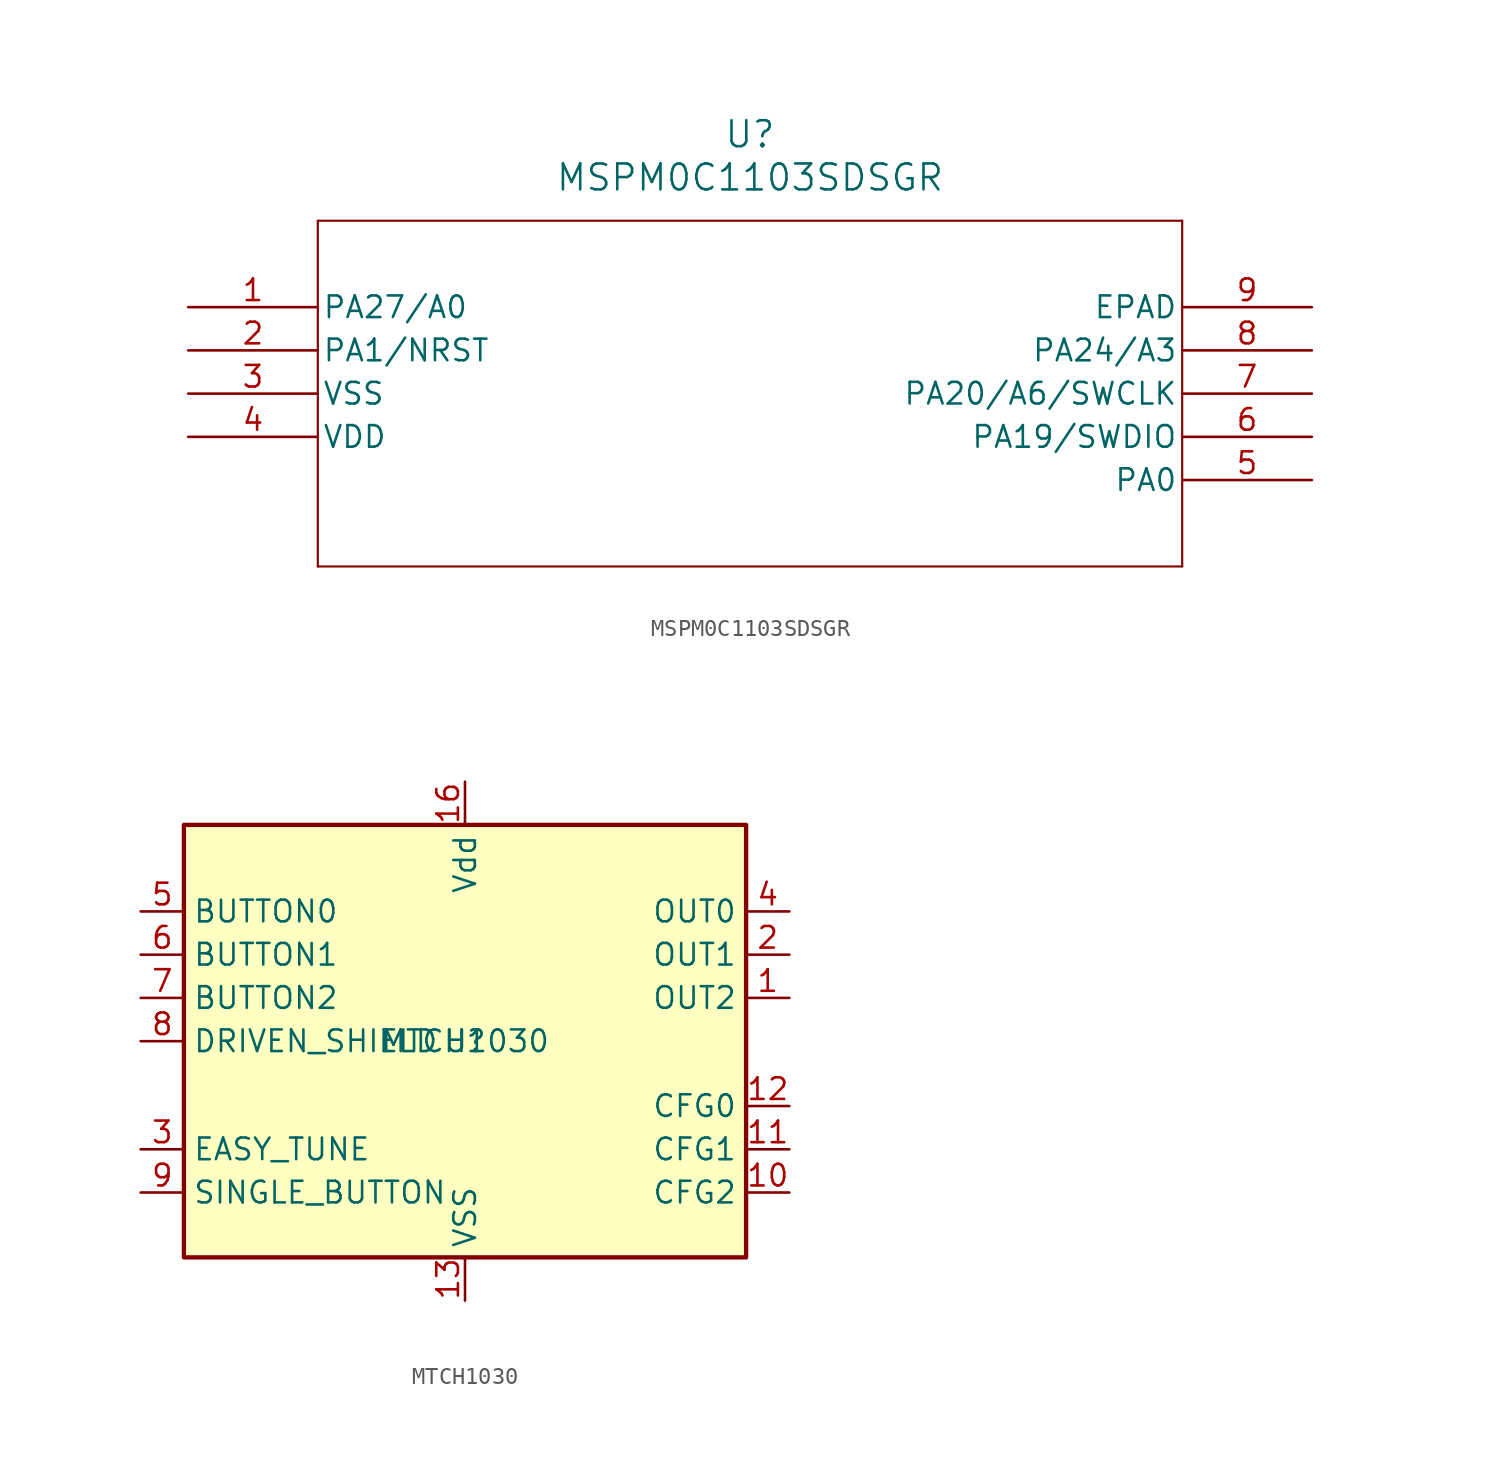
<source format=kicad_sym>
(kicad_symbol_lib
  (version 20241209)
  (generator "kicad_symbol_editor")
  (generator_version "9.0")
  (symbol "MSPM0C1103SDSGR"
    (pin_names
      (offset 0.254))
    (property "Reference" "U"
      (at 33.02 10.16 0)
      (effects (font (size 1.524 1.524))))
    (property "Value" "MSPM0C1103SDSGR"
      (at 33.02 7.62 0)
      (effects (font (size 1.524 1.524))))
    (property "ki_locked" ""
      (at 0 0 0)
      (effects (font (size 1.27 1.27))))
    (symbol "MSPM0C1103SDSGR_0_1"
      (polyline (pts (xy 7.62 5.08) (xy 7.62 -15.24)) (stroke (width 0.127) (type default)) (fill (type none)))
      (polyline (pts (xy 7.62 -15.24) (xy 58.42 -15.24)) (stroke (width 0.127) (type default)) (fill (type none)))
      (polyline (pts (xy 58.42 5.08) (xy 7.62 5.08)) (stroke (width 0.127) (type default)) (fill (type none)))
      (polyline (pts (xy 58.42 -15.24) (xy 58.42 5.08)) (stroke (width 0.127) (type default)) (fill (type none)))
      (pin bidirectional line (at 0 0 0) (length 7.62) (name "PA27/A0" (effects (font (size 1.27 1.27)))) (number "1" (effects (font (size 1.27 1.27)))))
      (pin bidirectional line (at 0 -2.54 0) (length 7.62) (name "PA1/NRST" (effects (font (size 1.27 1.27)))) (number "2" (effects (font (size 1.27 1.27)))))
      (pin power_in line (at 0 -5.08 0) (length 7.62) (name "VSS" (effects (font (size 1.27 1.27)))) (number "3" (effects (font (size 1.27 1.27)))))
      (pin power_in line (at 0 -7.62 0) (length 7.62) (name "VDD" (effects (font (size 1.27 1.27)))) (number "4" (effects (font (size 1.27 1.27)))))
      (pin power_out line (at 66.04 0 180) (length 7.62) (name "EPAD" (effects (font (size 1.27 1.27)))) (number "9" (effects (font (size 1.27 1.27)))))
      (pin bidirectional line (at 66.04 -2.54 180) (length 7.62) (name "PA24/A3" (effects (font (size 1.27 1.27)))) (number "8" (effects (font (size 1.27 1.27)))))
      (pin bidirectional line (at 66.04 -5.08 180) (length 7.62) (name "PA20/A6/SWCLK" (effects (font (size 1.27 1.27)))) (number "7" (effects (font (size 1.27 1.27)))))
      (pin bidirectional line (at 66.04 -7.62 180) (length 7.62) (name "PA19/SWDIO" (effects (font (size 1.27 1.27)))) (number "6" (effects (font (size 1.27 1.27)))))
      (pin bidirectional line (at 66.04 -10.16 180) (length 7.62) (name "PA0" (effects (font (size 1.27 1.27)))) (number "5" (effects (font (size 1.27 1.27)))))))
  (symbol "MTCH1030"
    (property "Reference" "U"
      (at 0 0 0)
      (effects (font (size 1.27 1.27))))
    (property "Value" "MTCH1030"
      (at 0 0 0)
      (effects (font (size 1.27 1.27))))
    (symbol "MTCH1030_0_1"
      (rectangle (start -16.51 12.7) (end 16.51 -12.7) (stroke (width 0.254) (type default)) (fill (type background))))
    (symbol "MTCH1030_1_1"
      (pin input line (at -19.05 7.62 0) (length 2.54) (name "BUTTON0" (effects (font (size 1.27 1.27)))) (number "5" (effects (font (size 1.27 1.27)))))
      (pin input line (at -19.05 5.08 0) (length 2.54) (name "BUTTON1" (effects (font (size 1.27 1.27)))) (number "6" (effects (font (size 1.27 1.27)))))
      (pin input line (at -19.05 2.54 0) (length 2.54) (name "BUTTON2" (effects (font (size 1.27 1.27)))) (number "7" (effects (font (size 1.27 1.27)))))
      (pin output line (at -19.05 0 0) (length 2.54) (name "DRIVEN_SHIELD" (effects (font (size 1.27 1.27)))) (number "8" (effects (font (size 1.27 1.27)))))
      (pin input line (at -19.05 -6.35 0) (length 2.54) (name "EASY_TUNE" (effects (font (size 1.27 1.27)))) (number "3" (effects (font (size 1.27 1.27)))))
      (pin input line (at -19.05 -8.89 0) (length 2.54) (name "SINGLE_BUTTON" (effects (font (size 1.27 1.27)))) (number "9" (effects (font (size 1.27 1.27)))))
      (pin power_in line (at 0 15.24 270) (length 2.54) (name "Vdd" (effects (font (size 1.27 1.27)))) (number "16" (effects (font (size 1.27 1.27)))))
      (pin power_in line (at 0 -15.24 90) (length 2.54) (name "VSS" (effects (font (size 1.27 1.27)))) (number "13" (effects (font (size 1.27 1.27)))))
      (pin output line (at 19.05 7.62 180) (length 2.54) (name "OUT0" (effects (font (size 1.27 1.27)))) (number "4" (effects (font (size 1.27 1.27)))))
      (pin output line (at 19.05 5.08 180) (length 2.54) (name "OUT1" (effects (font (size 1.27 1.27)))) (number "2" (effects (font (size 1.27 1.27)))))
      (pin output line (at 19.05 2.54 180) (length 2.54) (name "OUT2" (effects (font (size 1.27 1.27)))) (number "1" (effects (font (size 1.27 1.27)))))
      (pin input line (at 19.05 -3.81 180) (length 2.54) (name "CFG0" (effects (font (size 1.27 1.27)))) (number "12" (effects (font (size 1.27 1.27)))))
      (pin input line (at 19.05 -6.35 180) (length 2.54) (name "CFG1" (effects (font (size 1.27 1.27)))) (number "11" (effects (font (size 1.27 1.27)))))
      (pin input line (at 19.05 -8.89 180) (length 2.54) (name "CFG2" (effects (font (size 1.27 1.27)))) (number "10" (effects (font (size 1.27 1.27))))))))
</source>
